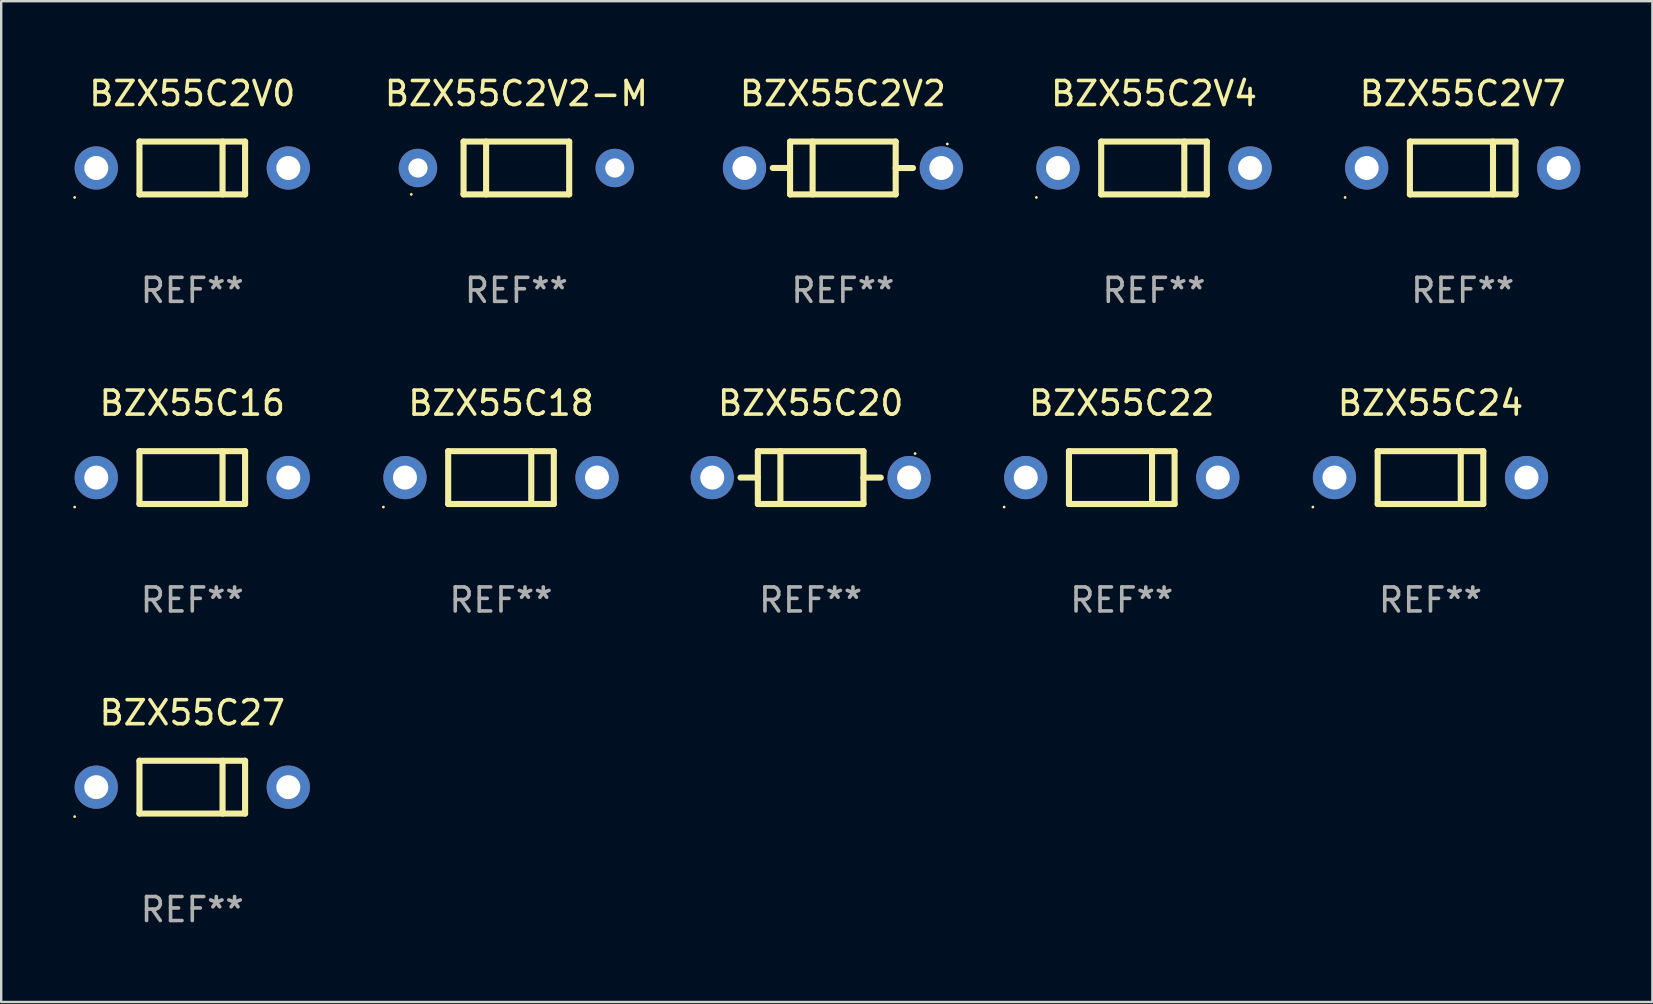
<source format=kicad_pcb>
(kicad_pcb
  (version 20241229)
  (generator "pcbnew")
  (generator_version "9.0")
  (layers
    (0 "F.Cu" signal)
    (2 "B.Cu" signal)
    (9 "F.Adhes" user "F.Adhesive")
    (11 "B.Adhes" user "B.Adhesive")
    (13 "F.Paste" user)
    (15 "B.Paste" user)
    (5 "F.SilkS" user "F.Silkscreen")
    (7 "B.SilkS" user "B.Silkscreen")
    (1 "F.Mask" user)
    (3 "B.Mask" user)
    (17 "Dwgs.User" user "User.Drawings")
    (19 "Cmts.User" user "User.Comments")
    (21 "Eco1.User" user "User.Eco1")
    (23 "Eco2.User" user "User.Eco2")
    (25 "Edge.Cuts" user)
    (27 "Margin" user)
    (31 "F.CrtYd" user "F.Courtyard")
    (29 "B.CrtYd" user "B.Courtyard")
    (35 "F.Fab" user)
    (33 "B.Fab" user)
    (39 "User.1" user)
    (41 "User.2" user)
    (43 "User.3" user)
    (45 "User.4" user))
  (footprint "BZX55C20"
    (layer "F.Cu")
    (at 30.72 16.845)
    (property "Reference" "BZX55C20" (at 0 -3.1 0) (layer "F.SilkS") (effects (font (size 1 1) (thickness 0.15))))
    (attr through_hole)
    (fp_line (start -2.2 -1.1) (end -2.2 1.1) (stroke (width 0.254) (type solid)) (layer "F.SilkS"))
    (fp_line (start -2.2 -1.1) (end 2.2 -1.1) (stroke (width 0.254) (type solid)) (layer "F.SilkS"))
    (fp_line (start -2.2 -0.001) (end -2.921 -0.001) (stroke (width 0.254) (type solid)) (layer "F.SilkS"))
    (fp_line (start -2.2 1.1) (end 2.2 1.1) (stroke (width 0.254) (type solid)) (layer "F.SilkS"))
    (fp_line (start -1.261 -1.1) (end -1.261 1.1) (stroke (width 0.254) (type solid)) (layer "F.SilkS"))
    (fp_line (start 2.2 -1.1) (end 2.2 1.1) (stroke (width 0.254) (type solid)) (layer "F.SilkS"))
    (fp_line (start 2.2 0.001) (end 2.921 0.001) (stroke (width 0.254) (type solid)) (layer "F.SilkS"))
    (fp_circle (center 4.35 -1) (end 4.38 -1) (stroke (width 0.06) (type solid)) (fill no) (layer "F.SilkS"))
    (fp_text user "REF**" (at 0 5.1 0) (layer "F.Fab") (effects (font (size 1 1) (thickness 0.15))))
    (pad "1" thru_hole circle (at 4.1 0) (size 1.8 1.8) (drill 1) (layers "*.Cu" "*.Mask"))
    (pad "2" thru_hole circle (at -4.1 0) (size 1.8 1.8) (drill 1) (layers "*.Cu" "*.Mask")))
  (footprint "BZX55C18"
    (layer "F.Cu")
    (at 17.82 16.845)
    (property "Reference" "BZX55C18" (at 0 -3.1 0) (layer "F.SilkS") (effects (font (size 1 1) (thickness 0.15))))
    (attr through_hole)
    (fp_line (start -2.2 1.1) (end -2.2 -1.1) (stroke (width 0.254) (type solid)) (layer "F.SilkS"))
    (fp_line (start 1.261 1.1) (end 1.261 -1.1) (stroke (width 0.254) (type solid)) (layer "F.SilkS"))
    (fp_line (start 2.2 -1.1) (end -2.2 -1.1) (stroke (width 0.254) (type solid)) (layer "F.SilkS"))
    (fp_line (start 2.2 1.1) (end -2.2 1.1) (stroke (width 0.254) (type solid)) (layer "F.SilkS"))
    (fp_line (start 2.2 1.1) (end 2.2 -1.1) (stroke (width 0.254) (type solid)) (layer "F.SilkS"))
    (fp_circle (center -4.9 1.227) (end -4.87 1.227) (stroke (width 0.06) (type solid)) (fill no) (layer "F.SilkS"))
    (fp_text user "REF**" (at 0 5.1 0) (layer "F.Fab") (effects (font (size 1 1) (thickness 0.15))))
    (pad "1" thru_hole circle (at -4 0) (size 1.8 1.8) (drill 1) (layers "*.Cu" "*.Mask"))
    (pad "2" thru_hole circle (at 4 0) (size 1.8 1.8) (drill 1) (layers "*.Cu" "*.Mask")))
  (footprint "BZX55C2V4"
    (layer "F.Cu")
    (at 45.023 3.948)
    (property "Reference" "BZX55C2V4" (at 0 -3.1 0) (layer "F.SilkS") (effects (font (size 1 1) (thickness 0.15))))
    (attr through_hole)
    (fp_line (start -2.2 1.1) (end -2.2 -1.1) (stroke (width 0.254) (type solid)) (layer "F.SilkS"))
    (fp_line (start 1.261 1.1) (end 1.261 -1.1) (stroke (width 0.254) (type solid)) (layer "F.SilkS"))
    (fp_line (start 2.2 -1.1) (end -2.2 -1.1) (stroke (width 0.254) (type solid)) (layer "F.SilkS"))
    (fp_line (start 2.2 1.1) (end -2.2 1.1) (stroke (width 0.254) (type solid)) (layer "F.SilkS"))
    (fp_line (start 2.2 1.1) (end 2.2 -1.1) (stroke (width 0.254) (type solid)) (layer "F.SilkS"))
    (fp_circle (center -4.9 1.227) (end -4.87 1.227) (stroke (width 0.06) (type solid)) (fill no) (layer "F.SilkS"))
    (fp_text user "REF**" (at 0 5.1 0) (layer "F.Fab") (effects (font (size 1 1) (thickness 0.15))))
    (pad "1" thru_hole circle (at -4 0) (size 1.8 1.8) (drill 1) (layers "*.Cu" "*.Mask"))
    (pad "2" thru_hole circle (at 4 0) (size 1.8 1.8) (drill 1) (layers "*.Cu" "*.Mask")))
  (footprint "BZX55C2V0"
    (layer "F.Cu")
    (at 4.96 3.948)
    (property "Reference" "BZX55C2V0" (at 0 -3.1 0) (layer "F.SilkS") (effects (font (size 1 1) (thickness 0.15))))
    (attr through_hole)
    (fp_line (start -2.2 1.1) (end -2.2 -1.1) (stroke (width 0.254) (type solid)) (layer "F.SilkS"))
    (fp_line (start 1.261 1.1) (end 1.261 -1.1) (stroke (width 0.254) (type solid)) (layer "F.SilkS"))
    (fp_line (start 2.2 -1.1) (end -2.2 -1.1) (stroke (width 0.254) (type solid)) (layer "F.SilkS"))
    (fp_line (start 2.2 1.1) (end -2.2 1.1) (stroke (width 0.254) (type solid)) (layer "F.SilkS"))
    (fp_line (start 2.2 1.1) (end 2.2 -1.1) (stroke (width 0.254) (type solid)) (layer "F.SilkS"))
    (fp_circle (center -4.9 1.227) (end -4.87 1.227) (stroke (width 0.06) (type solid)) (fill no) (layer "F.SilkS"))
    (fp_text user "REF**" (at 0 5.1 0) (layer "F.Fab") (effects (font (size 1 1) (thickness 0.15))))
    (pad "1" thru_hole circle (at -4 0) (size 1.8 1.8) (drill 1) (layers "*.Cu" "*.Mask"))
    (pad "2" thru_hole circle (at 4 0) (size 1.8 1.8) (drill 1) (layers "*.Cu" "*.Mask")))
  (footprint "BZX55C22"
    (layer "F.Cu")
    (at 43.68 16.845)
    (property "Reference" "BZX55C22" (at 0 -3.1 0) (layer "F.SilkS") (effects (font (size 1 1) (thickness 0.15))))
    (attr through_hole)
    (fp_line (start -2.2 1.1) (end -2.2 -1.1) (stroke (width 0.254) (type solid)) (layer "F.SilkS"))
    (fp_line (start 1.261 1.1) (end 1.261 -1.1) (stroke (width 0.254) (type solid)) (layer "F.SilkS"))
    (fp_line (start 2.2 -1.1) (end -2.2 -1.1) (stroke (width 0.254) (type solid)) (layer "F.SilkS"))
    (fp_line (start 2.2 1.1) (end -2.2 1.1) (stroke (width 0.254) (type solid)) (layer "F.SilkS"))
    (fp_line (start 2.2 1.1) (end 2.2 -1.1) (stroke (width 0.254) (type solid)) (layer "F.SilkS"))
    (fp_circle (center -4.9 1.227) (end -4.87 1.227) (stroke (width 0.06) (type solid)) (fill no) (layer "F.SilkS"))
    (fp_text user "REF**" (at 0 5.1 0) (layer "F.Fab") (effects (font (size 1 1) (thickness 0.15))))
    (pad "1" thru_hole circle (at -4 0) (size 1.8 1.8) (drill 1) (layers "*.Cu" "*.Mask"))
    (pad "2" thru_hole circle (at 4 0) (size 1.8 1.8) (drill 1) (layers "*.Cu" "*.Mask")))
  (footprint "BZX55C24"
    (layer "F.Cu")
    (at 56.54 16.845)
    (property "Reference" "BZX55C24" (at 0 -3.1 0) (layer "F.SilkS") (effects (font (size 1 1) (thickness 0.15))))
    (attr through_hole)
    (fp_line (start -2.2 1.1) (end -2.2 -1.1) (stroke (width 0.254) (type solid)) (layer "F.SilkS"))
    (fp_line (start 1.261 1.1) (end 1.261 -1.1) (stroke (width 0.254) (type solid)) (layer "F.SilkS"))
    (fp_line (start 2.2 -1.1) (end -2.2 -1.1) (stroke (width 0.254) (type solid)) (layer "F.SilkS"))
    (fp_line (start 2.2 1.1) (end -2.2 1.1) (stroke (width 0.254) (type solid)) (layer "F.SilkS"))
    (fp_line (start 2.2 1.1) (end 2.2 -1.1) (stroke (width 0.254) (type solid)) (layer "F.SilkS"))
    (fp_circle (center -4.9 1.227) (end -4.87 1.227) (stroke (width 0.06) (type solid)) (fill no) (layer "F.SilkS"))
    (fp_text user "REF**" (at 0 5.1 0) (layer "F.Fab") (effects (font (size 1 1) (thickness 0.15))))
    (pad "1" thru_hole circle (at -4 0) (size 1.8 1.8) (drill 1) (layers "*.Cu" "*.Mask"))
    (pad "2" thru_hole circle (at 4 0) (size 1.8 1.8) (drill 1) (layers "*.Cu" "*.Mask")))
  (footprint "BZX55C27"
    (layer "F.Cu")
    (at 4.96 29.741)
    (property "Reference" "BZX55C27" (at 0 -3.1 0) (layer "F.SilkS") (effects (font (size 1 1) (thickness 0.15))))
    (attr through_hole)
    (fp_line (start -2.2 1.1) (end -2.2 -1.1) (stroke (width 0.254) (type solid)) (layer "F.SilkS"))
    (fp_line (start 1.261 1.1) (end 1.261 -1.1) (stroke (width 0.254) (type solid)) (layer "F.SilkS"))
    (fp_line (start 2.2 -1.1) (end -2.2 -1.1) (stroke (width 0.254) (type solid)) (layer "F.SilkS"))
    (fp_line (start 2.2 1.1) (end -2.2 1.1) (stroke (width 0.254) (type solid)) (layer "F.SilkS"))
    (fp_line (start 2.2 1.1) (end 2.2 -1.1) (stroke (width 0.254) (type solid)) (layer "F.SilkS"))
    (fp_circle (center -4.9 1.227) (end -4.87 1.227) (stroke (width 0.06) (type solid)) (fill no) (layer "F.SilkS"))
    (fp_text user "REF**" (at 0 5.1 0) (layer "F.Fab") (effects (font (size 1 1) (thickness 0.15))))
    (pad "1" thru_hole circle (at -4 0) (size 1.8 1.8) (drill 1) (layers "*.Cu" "*.Mask"))
    (pad "2" thru_hole circle (at 4 0) (size 1.8 1.8) (drill 1) (layers "*.Cu" "*.Mask")))
  (footprint "BZX55C2V2"
    (layer "F.Cu")
    (at 32.062 3.948)
    (property "Reference" "BZX55C2V2" (at 0 -3.1 0) (layer "F.SilkS") (effects (font (size 1 1) (thickness 0.15))))
    (attr through_hole)
    (fp_line (start -2.2 -1.1) (end -2.2 1.1) (stroke (width 0.254) (type solid)) (layer "F.SilkS"))
    (fp_line (start -2.2 -1.1) (end 2.2 -1.1) (stroke (width 0.254) (type solid)) (layer "F.SilkS"))
    (fp_line (start -2.2 -0.001) (end -2.921 -0.001) (stroke (width 0.254) (type solid)) (layer "F.SilkS"))
    (fp_line (start -2.2 1.1) (end 2.2 1.1) (stroke (width 0.254) (type solid)) (layer "F.SilkS"))
    (fp_line (start -1.261 -1.1) (end -1.261 1.1) (stroke (width 0.254) (type solid)) (layer "F.SilkS"))
    (fp_line (start 2.2 -1.1) (end 2.2 1.1) (stroke (width 0.254) (type solid)) (layer "F.SilkS"))
    (fp_line (start 2.2 0.001) (end 2.921 0.001) (stroke (width 0.254) (type solid)) (layer "F.SilkS"))
    (fp_circle (center 4.35 -1) (end 4.38 -1) (stroke (width 0.06) (type solid)) (fill no) (layer "F.SilkS"))
    (fp_text user "REF**" (at 0 5.1 0) (layer "F.Fab") (effects (font (size 1 1) (thickness 0.15))))
    (pad "1" thru_hole circle (at 4.1 0) (size 1.8 1.8) (drill 1) (layers "*.Cu" "*.Mask"))
    (pad "2" thru_hole circle (at -4.1 0) (size 1.8 1.8) (drill 1) (layers "*.Cu" "*.Mask")))
  (footprint "BZX55C2V2-M"
    (layer "F.Cu")
    (at 18.461 3.948)
    (property "Reference" "BZX55C2V2-M" (at 0 -3.1 0) (layer "F.SilkS") (effects (font (size 1 1) (thickness 0.15))))
    (attr through_hole)
    (fp_line (start -2.2 -1.1) (end -2.2 1.1) (stroke (width 0.254) (type solid)) (layer "F.SilkS"))
    (fp_line (start -2.2 -1.1) (end 2.2 -1.1) (stroke (width 0.254) (type solid)) (layer "F.SilkS"))
    (fp_line (start -2.2 1.1) (end 2.2 1.1) (stroke (width 0.254) (type solid)) (layer "F.SilkS"))
    (fp_line (start -1.261 -1.1) (end -1.261 1.1) (stroke (width 0.254) (type solid)) (layer "F.SilkS"))
    (fp_line (start 2.2 -1.1) (end 2.2 1.1) (stroke (width 0.254) (type solid)) (layer "F.SilkS"))
    (fp_circle (center -4.38 1.1) (end -4.35 1.1) (stroke (width 0.06) (type solid)) (fill no) (layer "F.SilkS"))
    (fp_text user "REF**" (at 0 5.1 0) (layer "F.Fab") (effects (font (size 1 1) (thickness 0.15))))
    (pad "1" thru_hole circle (at -4.1 0) (size 1.6 1.6) (drill 0.8) (layers "*.Cu" "*.Mask"))
    (pad "2" thru_hole circle (at 4.1 0) (size 1.6 1.6) (drill 0.8) (layers "*.Cu" "*.Mask")))
  (footprint "BZX55C16"
    (layer "F.Cu")
    (at 4.96 16.845)
    (property "Reference" "BZX55C16" (at 0 -3.1 0) (layer "F.SilkS") (effects (font (size 1 1) (thickness 0.15))))
    (attr through_hole)
    (fp_line (start -2.2 1.1) (end -2.2 -1.1) (stroke (width 0.254) (type solid)) (layer "F.SilkS"))
    (fp_line (start 1.261 1.1) (end 1.261 -1.1) (stroke (width 0.254) (type solid)) (layer "F.SilkS"))
    (fp_line (start 2.2 -1.1) (end -2.2 -1.1) (stroke (width 0.254) (type solid)) (layer "F.SilkS"))
    (fp_line (start 2.2 1.1) (end -2.2 1.1) (stroke (width 0.254) (type solid)) (layer "F.SilkS"))
    (fp_line (start 2.2 1.1) (end 2.2 -1.1) (stroke (width 0.254) (type solid)) (layer "F.SilkS"))
    (fp_circle (center -4.9 1.227) (end -4.87 1.227) (stroke (width 0.06) (type solid)) (fill no) (layer "F.SilkS"))
    (fp_text user "REF**" (at 0 5.1 0) (layer "F.Fab") (effects (font (size 1 1) (thickness 0.15))))
    (pad "1" thru_hole circle (at -4 0) (size 1.8 1.8) (drill 1) (layers "*.Cu" "*.Mask"))
    (pad "2" thru_hole circle (at 4 0) (size 1.8 1.8) (drill 1) (layers "*.Cu" "*.Mask")))
  (footprint "BZX55C2V7"
    (layer "F.Cu")
    (at 57.883 3.948)
    (property "Reference" "BZX55C2V7" (at 0 -3.1 0) (layer "F.SilkS") (effects (font (size 1 1) (thickness 0.15))))
    (attr through_hole)
    (fp_line (start -2.2 1.1) (end -2.2 -1.1) (stroke (width 0.254) (type solid)) (layer "F.SilkS"))
    (fp_line (start 1.261 1.1) (end 1.261 -1.1) (stroke (width 0.254) (type solid)) (layer "F.SilkS"))
    (fp_line (start 2.2 -1.1) (end -2.2 -1.1) (stroke (width 0.254) (type solid)) (layer "F.SilkS"))
    (fp_line (start 2.2 1.1) (end -2.2 1.1) (stroke (width 0.254) (type solid)) (layer "F.SilkS"))
    (fp_line (start 2.2 1.1) (end 2.2 -1.1) (stroke (width 0.254) (type solid)) (layer "F.SilkS"))
    (fp_circle (center -4.9 1.227) (end -4.87 1.227) (stroke (width 0.06) (type solid)) (fill no) (layer "F.SilkS"))
    (fp_text user "REF**" (at 0 5.1 0) (layer "F.Fab") (effects (font (size 1 1) (thickness 0.15))))
    (pad "1" thru_hole circle (at -4 0) (size 1.8 1.8) (drill 1) (layers "*.Cu" "*.Mask"))
    (pad "2" thru_hole circle (at 4 0) (size 1.8 1.8) (drill 1) (layers "*.Cu" "*.Mask")))
  (gr_rect
    (start -3 -3)
    (end 65.783 38.69)
    (stroke (width 0.1) (type default))
    (fill no)
    (layer "Edge.Cuts")))
</source>
